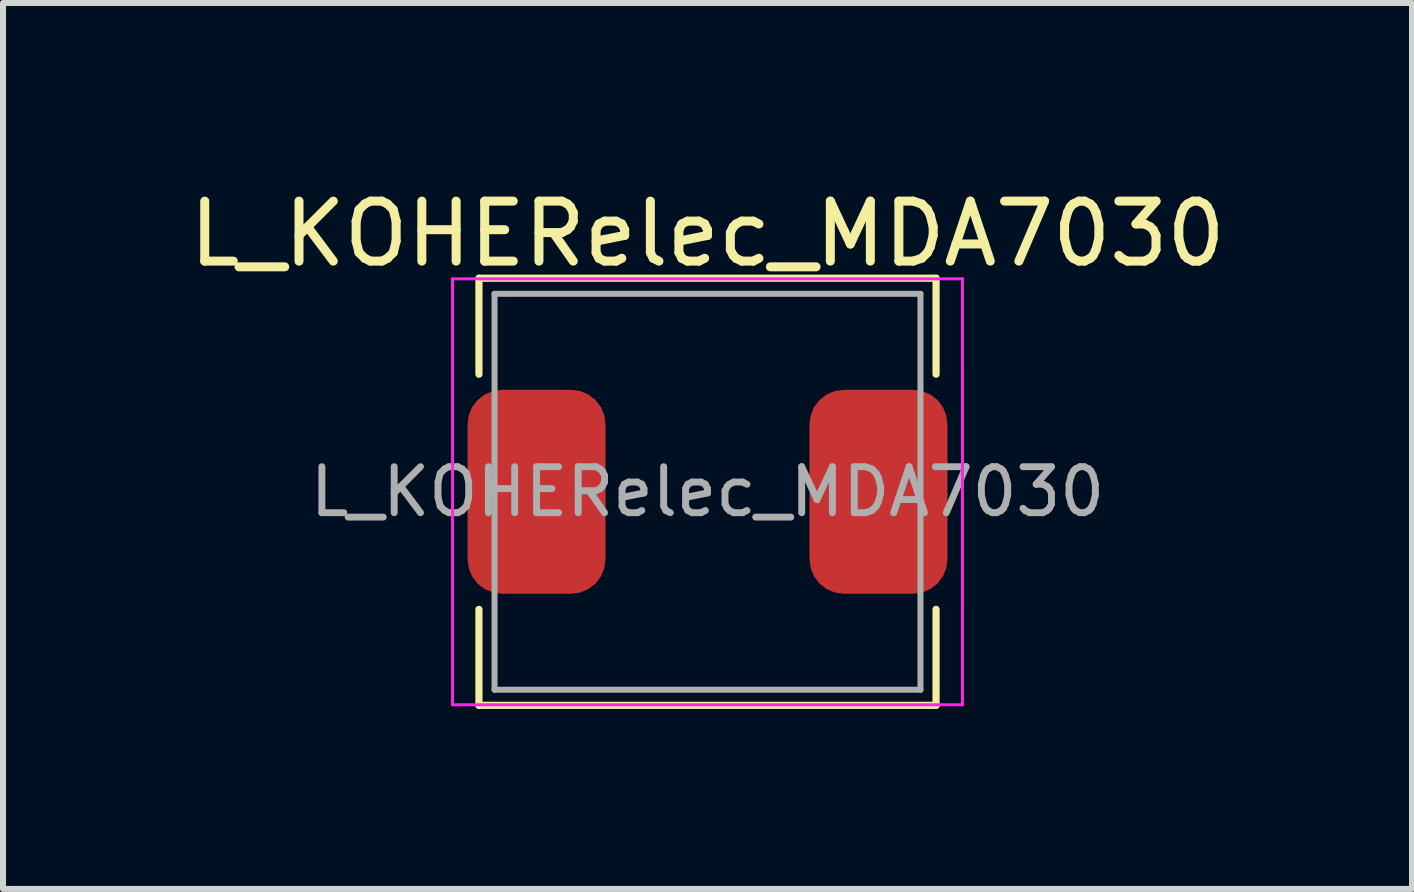
<source format=kicad_pcb>
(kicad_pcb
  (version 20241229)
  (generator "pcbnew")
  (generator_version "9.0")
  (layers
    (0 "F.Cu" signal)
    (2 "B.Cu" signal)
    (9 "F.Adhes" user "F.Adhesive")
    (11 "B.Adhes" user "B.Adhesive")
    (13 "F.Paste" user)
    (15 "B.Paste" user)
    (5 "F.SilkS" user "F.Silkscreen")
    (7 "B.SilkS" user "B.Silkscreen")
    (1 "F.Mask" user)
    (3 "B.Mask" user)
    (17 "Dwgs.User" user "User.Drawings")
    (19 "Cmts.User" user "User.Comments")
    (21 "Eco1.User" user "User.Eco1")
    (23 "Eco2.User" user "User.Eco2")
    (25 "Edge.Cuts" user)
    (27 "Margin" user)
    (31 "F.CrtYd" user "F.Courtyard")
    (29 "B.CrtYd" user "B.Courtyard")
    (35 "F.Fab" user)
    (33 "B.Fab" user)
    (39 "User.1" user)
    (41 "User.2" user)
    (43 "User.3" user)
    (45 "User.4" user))
  (footprint "L_KOHERelec_MDA7030"
    (layer "F.Cu")
    (at 8.744 5.148)
    (property "Reference" "L_KOHERelec_MDA7030" (at 0 -4.3 0) (layer "F.SilkS") (effects (font (size 1 1) (thickness 0.15))))
    (attr smd)
    (fp_line (start -3.81 -3.56) (end -3.81 -1.96) (stroke (width 0.12) (type solid)) (layer "F.SilkS"))
    (fp_line (start -3.81 -3.56) (end 3.81 -3.56) (stroke (width 0.12) (type solid)) (layer "F.SilkS"))
    (fp_line (start -3.81 3.56) (end -3.81 1.96) (stroke (width 0.12) (type solid)) (layer "F.SilkS"))
    (fp_line (start -3.81 3.56) (end 3.81 3.56) (stroke (width 0.12) (type solid)) (layer "F.SilkS"))
    (fp_line (start 3.81 -3.56) (end 3.81 -1.96) (stroke (width 0.12) (type solid)) (layer "F.SilkS"))
    (fp_line (start 3.81 3.56) (end 3.81 1.96) (stroke (width 0.12) (type solid)) (layer "F.SilkS"))
    (fp_line (start -4.25 -3.55) (end -4.25 3.55) (stroke (width 0.05) (type solid)) (layer "F.CrtYd"))
    (fp_line (start -4.25 3.55) (end 4.25 3.55) (stroke (width 0.05) (type solid)) (layer "F.CrtYd"))
    (fp_line (start 4.25 -3.55) (end -4.25 -3.55) (stroke (width 0.05) (type solid)) (layer "F.CrtYd"))
    (fp_line (start 4.25 3.55) (end 4.25 -3.55) (stroke (width 0.05) (type solid)) (layer "F.CrtYd"))
    (fp_line (start -3.55 -3.3) (end -3.55 3.3) (stroke (width 0.1) (type solid)) (layer "F.Fab"))
    (fp_line (start -3.55 3.3) (end 3.55 3.3) (stroke (width 0.1) (type solid)) (layer "F.Fab"))
    (fp_line (start 3.55 -3.3) (end -3.55 -3.3) (stroke (width 0.1) (type solid)) (layer "F.Fab"))
    (fp_line (start 3.55 3.3) (end 3.55 -3.3) (stroke (width 0.1) (type solid)) (layer "F.Fab"))
    (fp_text user "${REFERENCE}" (at 0 0 0) (layer "F.Fab") (effects (font (size 0.767 0.767) (thickness 0.115))))
    (pad "1" smd roundrect (at -2.85 0) (size 2.3 3.4) (layers "F.Cu" "F.Mask" "F.Paste") (roundrect_rratio 0.25))
    (pad "2" smd roundrect (at 2.85 0) (size 2.3 3.4) (layers "F.Cu" "F.Mask" "F.Paste") (roundrect_rratio 0.25)))
  (gr_rect
    (start -3 -3)
    (end 20.488 11.768)
    (stroke (width 0.1) (type default))
    (fill no)
    (layer "Edge.Cuts")))
</source>
